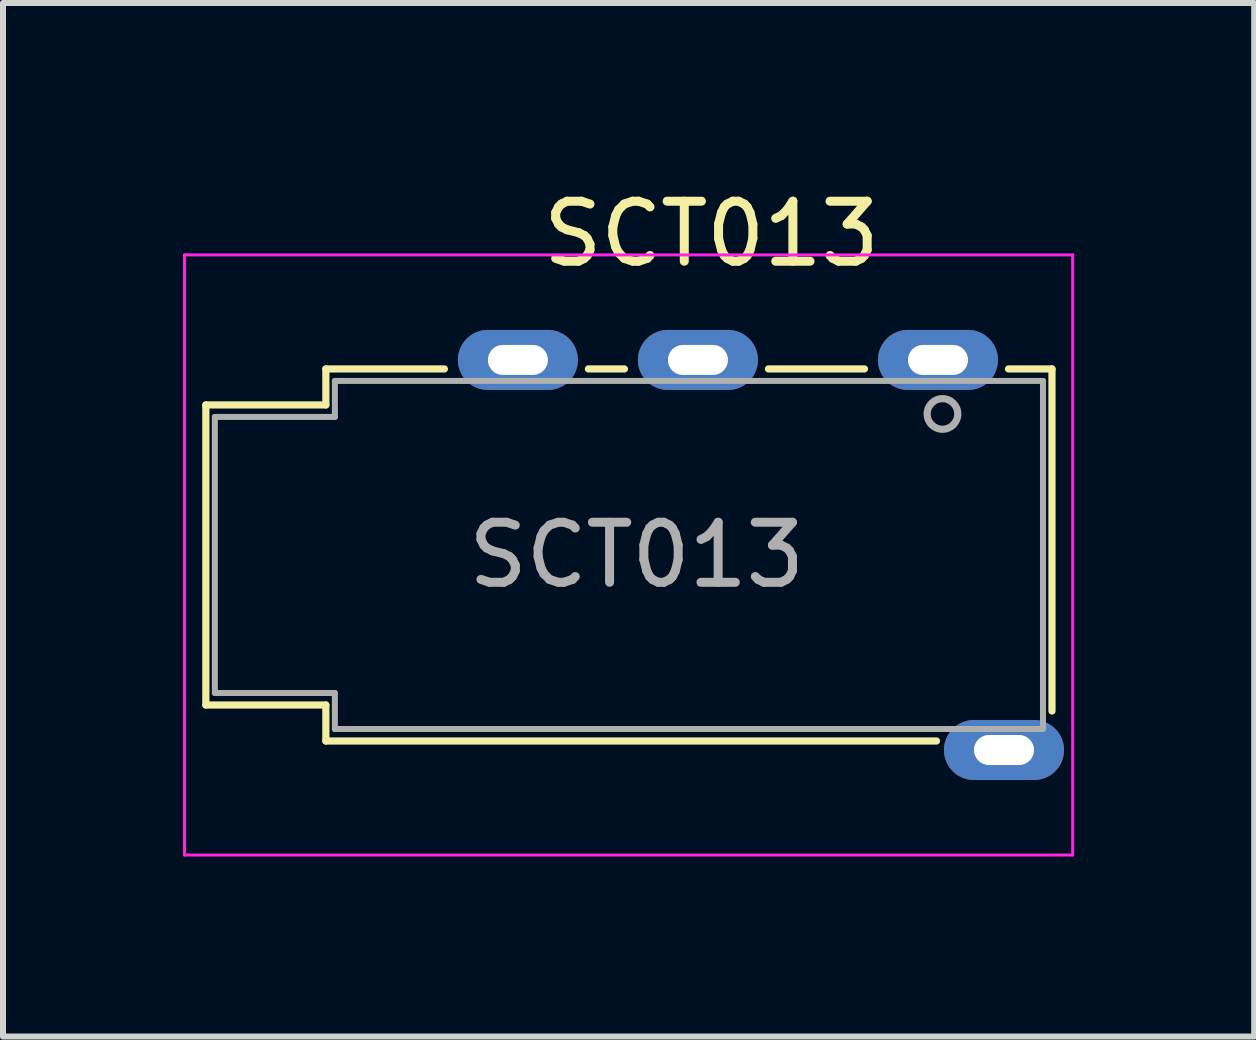
<source format=kicad_pcb>
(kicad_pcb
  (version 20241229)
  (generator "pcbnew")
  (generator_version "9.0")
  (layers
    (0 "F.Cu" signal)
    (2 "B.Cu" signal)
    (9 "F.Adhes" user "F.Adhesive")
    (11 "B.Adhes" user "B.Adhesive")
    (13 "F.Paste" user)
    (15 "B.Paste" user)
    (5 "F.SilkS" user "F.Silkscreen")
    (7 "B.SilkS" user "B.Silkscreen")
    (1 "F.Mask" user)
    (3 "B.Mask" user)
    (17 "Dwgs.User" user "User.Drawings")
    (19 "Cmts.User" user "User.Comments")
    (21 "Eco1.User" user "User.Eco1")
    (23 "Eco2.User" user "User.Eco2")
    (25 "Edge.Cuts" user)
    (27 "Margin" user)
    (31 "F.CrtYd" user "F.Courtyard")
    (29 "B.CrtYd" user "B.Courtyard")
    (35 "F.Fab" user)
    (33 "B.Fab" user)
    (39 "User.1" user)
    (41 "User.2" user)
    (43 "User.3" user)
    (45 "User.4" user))
  (footprint "SCT013"
    (layer "F.Cu")
    (at 8.755 6.198)
    (property "Reference" "SCT013" (at 0.05 -5.35 0) (layer "F.SilkS") (effects (font (size 1 1) (thickness 0.15))))
    (attr smd)
    (fp_line (start -8.375 -2.5) (end -8.375 2.5) (stroke (width 0.12) (type solid)) (layer "F.SilkS"))
    (fp_line (start -6.375 -3.1) (end -6.375 -2.5) (stroke (width 0.12) (type solid)) (layer "F.SilkS"))
    (fp_line (start -6.375 -3.1) (end -4.4 -3.1) (stroke (width 0.12) (type solid)) (layer "F.SilkS"))
    (fp_line (start -6.375 -2.5) (end -8.375 -2.5) (stroke (width 0.12) (type solid)) (layer "F.SilkS"))
    (fp_line (start -6.375 2.5) (end -8.375 2.5) (stroke (width 0.12) (type solid)) (layer "F.SilkS"))
    (fp_line (start -6.375 2.5) (end -6.375 3.1) (stroke (width 0.12) (type solid)) (layer "F.SilkS"))
    (fp_line (start -2 -3.1) (end -1.4 -3.1) (stroke (width 0.12) (type solid)) (layer "F.SilkS"))
    (fp_line (start 1 -3.1) (end 2.6 -3.1) (stroke (width 0.12) (type solid)) (layer "F.SilkS"))
    (fp_line (start 3.8 3.1) (end -6.375 3.1) (stroke (width 0.12) (type solid)) (layer "F.SilkS"))
    (fp_line (start 5 -3.1) (end 5.725 -3.1) (stroke (width 0.12) (type solid)) (layer "F.SilkS"))
    (fp_line (start 5.725 2.6) (end 5.725 -3.1) (stroke (width 0.12) (type solid)) (layer "F.SilkS"))
    (fp_line (start -8.73 -5) (end 6.07 -5) (stroke (width 0.05) (type solid)) (layer "F.CrtYd"))
    (fp_line (start -8.73 5) (end -8.73 -5) (stroke (width 0.05) (type solid)) (layer "F.CrtYd"))
    (fp_line (start -8.73 5) (end 6.07 5) (stroke (width 0.05) (type solid)) (layer "F.CrtYd"))
    (fp_line (start 6.07 5) (end 6.07 -5) (stroke (width 0.05) (type solid)) (layer "F.CrtYd"))
    (fp_line (start -8.225 -2.3) (end -6.225 -2.3) (stroke (width 0.1) (type solid)) (layer "F.Fab"))
    (fp_line (start -8.225 2.3) (end -8.225 -2.3) (stroke (width 0.1) (type solid)) (layer "F.Fab"))
    (fp_line (start -6.225 -2.9) (end 5.575 -2.9) (stroke (width 0.1) (type solid)) (layer "F.Fab"))
    (fp_line (start -6.225 -2.3) (end -6.225 -2.9) (stroke (width 0.1) (type solid)) (layer "F.Fab"))
    (fp_line (start -6.225 2.3) (end -8.225 2.3) (stroke (width 0.1) (type solid)) (layer "F.Fab"))
    (fp_line (start -6.225 2.9) (end -6.225 2.3) (stroke (width 0.1) (type solid)) (layer "F.Fab"))
    (fp_line (start 5.575 -2.9) (end 5.575 2.9) (stroke (width 0.1) (type solid)) (layer "F.Fab"))
    (fp_line (start 5.575 2.9) (end -6.225 2.9) (stroke (width 0.1) (type solid)) (layer "F.Fab"))
    (fp_circle (center 3.9 -2.35) (end 3.95 -2.1) (stroke (width 0.12) (type solid)) (fill no) (layer "F.Fab"))
    (fp_text user "${REFERENCE}" (at -1.195 0 0) (layer "F.Fab") (effects (font (size 1 1) (thickness 0.15))))
    (pad "R1" thru_hole oval (at -0.175 -3.25) (size 2 1) (drill oval 1 0.5) (layers "*.Cu" "*.Mask"))
    (pad "R2" thru_hole oval (at -3.175 -3.25) (size 2 1) (drill oval 1 0.5) (layers "*.Cu" "*.Mask"))
    (pad "S" thru_hole oval (at 4.925 3.25) (size 2 1) (drill oval 1 0.5) (layers "*.Cu" "*.Mask"))
    (pad "T" thru_hole oval (at 3.825 -3.25) (size 2 1) (drill oval 1 0.5) (layers "*.Cu" "*.Mask")))
  (gr_rect
    (start -3 -3)
    (end 17.85 14.223)
    (stroke (width 0.1) (type default))
    (fill no)
    (layer "Edge.Cuts")))
</source>
